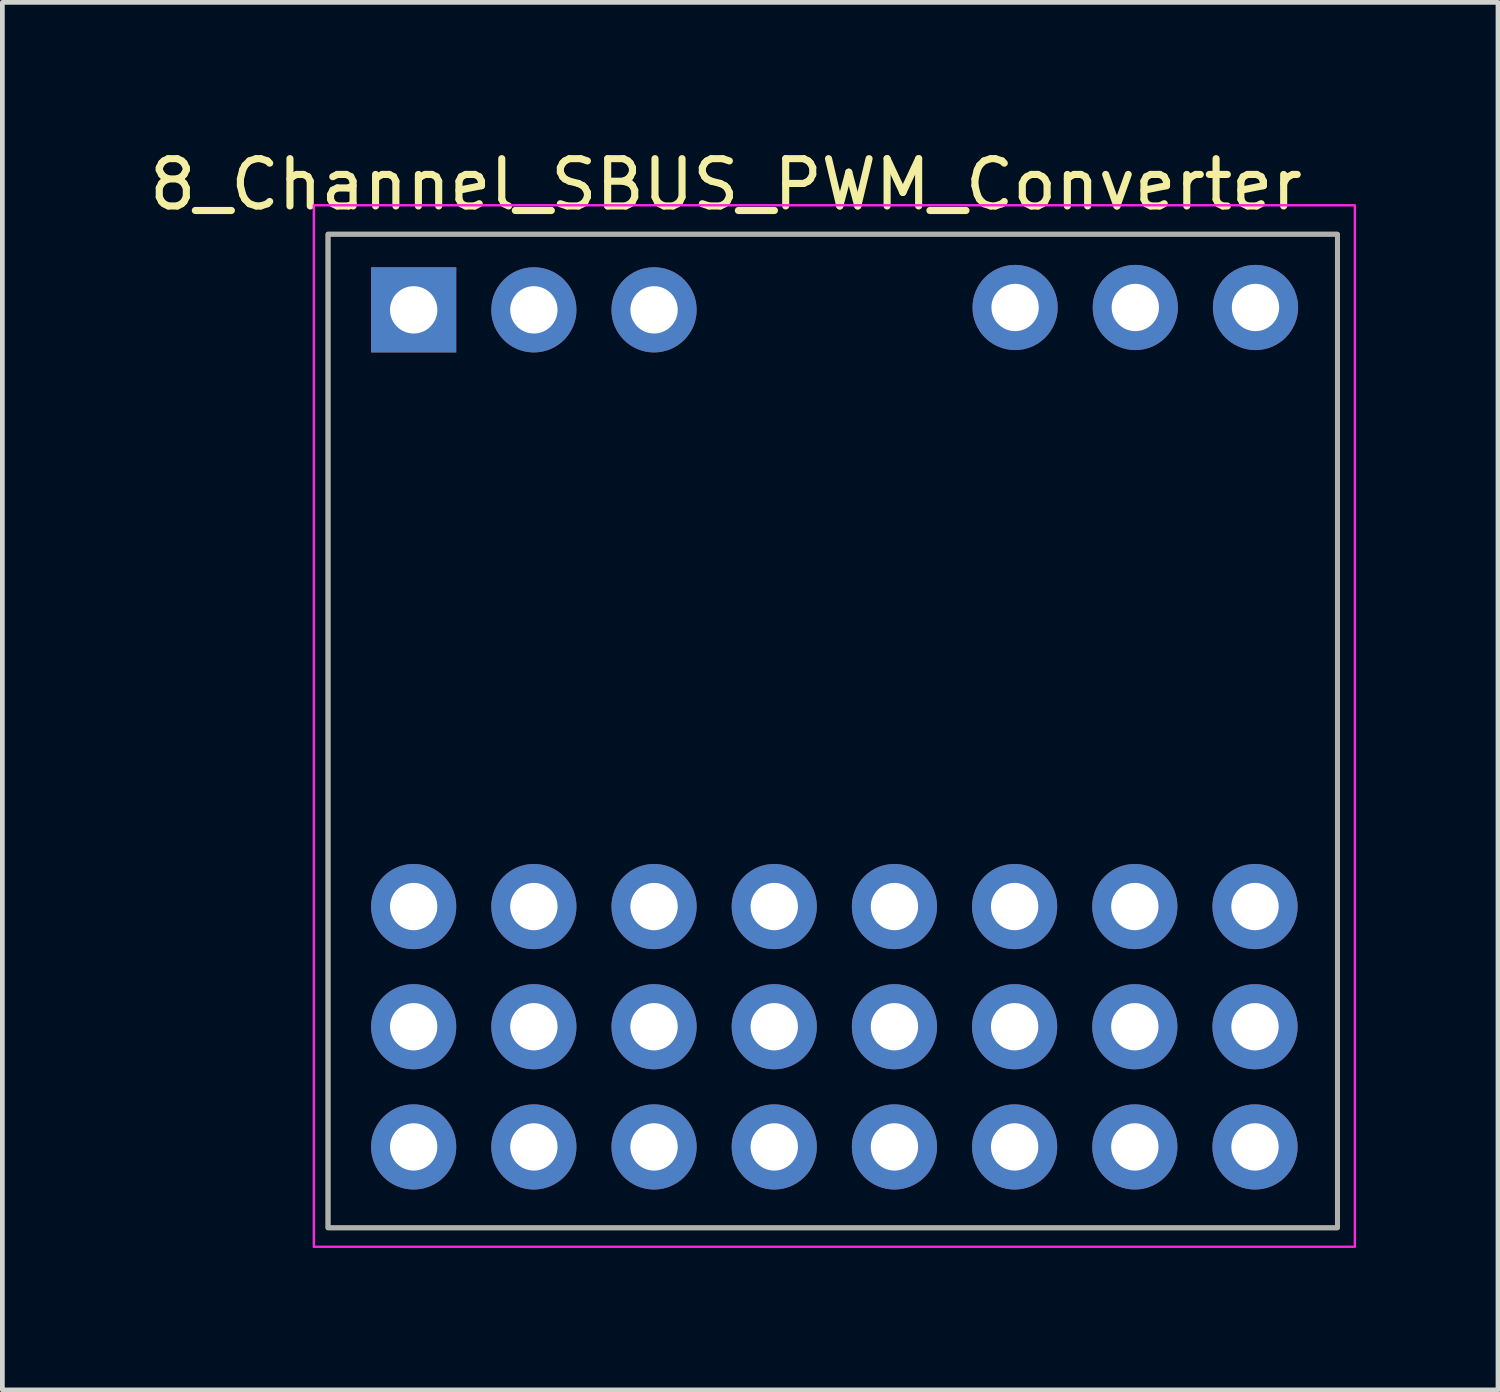
<source format=kicad_pcb>
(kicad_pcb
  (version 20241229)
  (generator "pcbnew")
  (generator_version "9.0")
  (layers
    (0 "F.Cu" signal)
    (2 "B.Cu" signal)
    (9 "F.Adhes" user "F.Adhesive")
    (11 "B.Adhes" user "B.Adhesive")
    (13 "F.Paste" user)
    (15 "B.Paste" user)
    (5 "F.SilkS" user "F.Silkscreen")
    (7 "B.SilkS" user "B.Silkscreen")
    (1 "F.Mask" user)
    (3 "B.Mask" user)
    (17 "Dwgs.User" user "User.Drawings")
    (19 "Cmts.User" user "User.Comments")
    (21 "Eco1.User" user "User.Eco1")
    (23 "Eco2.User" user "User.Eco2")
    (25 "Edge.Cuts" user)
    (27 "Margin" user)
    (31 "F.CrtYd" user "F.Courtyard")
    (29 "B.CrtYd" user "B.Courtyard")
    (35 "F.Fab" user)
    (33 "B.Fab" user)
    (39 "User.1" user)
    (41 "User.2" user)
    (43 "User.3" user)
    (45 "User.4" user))
  (footprint "8_Channel_SBUS_PWM_Converter"
    (layer "F.Cu")
    (at 3.882 1.898)
    (property "Reference" "8_Channel_SBUS_PWM_Converter" (at 8.41 -1.05 0) (layer "F.SilkS") (effects (font (size 1 1) (thickness 0.15))))
    (attr through_hole)
    (fp_rect (start 0 0) (end 21.33 21) (stroke (width 0.1) (type solid)) (fill no) (layer "F.SilkS"))
    (fp_rect (start -0.3 -0.61) (end 21.7 21.4) (stroke (width 0.05) (type default)) (fill no) (layer "F.CrtYd"))
    (fp_rect (start 0 0) (end 21.33 21) (stroke (width 0.1) (type default)) (fill no) (layer "F.Fab"))
    (pad "1" thru_hole rect (at 1.81 1.6) (size 1.8 1.8) (drill 1) (layers "*.Cu" "*.Mask"))
    (pad "2" thru_hole circle (at 4.35 1.6) (size 1.8 1.8) (drill 1) (layers "*.Cu" "*.Mask"))
    (pad "3" thru_hole circle (at 6.89 1.6) (size 1.8 1.8) (drill 1) (layers "*.Cu" "*.Mask"))
    (pad "4" thru_hole circle (at 14.52 1.55) (size 1.8 1.8) (drill 1) (layers "*.Cu" "*.Mask"))
    (pad "5" thru_hole circle (at 17.06 1.55) (size 1.8 1.8) (drill 1) (layers "*.Cu" "*.Mask"))
    (pad "6" thru_hole circle (at 19.6 1.55) (size 1.8 1.8) (drill 1) (layers "*.Cu" "*.Mask"))
    (pad "7" thru_hole circle (at 1.81 14.21) (size 1.8 1.8) (drill 1) (layers "*.Cu" "*.Mask"))
    (pad "8" thru_hole circle (at 4.35 14.21) (size 1.8 1.8) (drill 1) (layers "*.Cu" "*.Mask"))
    (pad "9" thru_hole circle (at 6.89 14.21) (size 1.8 1.8) (drill 1) (layers "*.Cu" "*.Mask"))
    (pad "10" thru_hole circle (at 9.43 14.21) (size 1.8 1.8) (drill 1) (layers "*.Cu" "*.Mask"))
    (pad "11" thru_hole circle (at 11.97 14.21) (size 1.8 1.8) (drill 1) (layers "*.Cu" "*.Mask"))
    (pad "12" thru_hole circle (at 14.51 14.21) (size 1.8 1.8) (drill 1) (layers "*.Cu" "*.Mask"))
    (pad "13" thru_hole circle (at 17.05 14.21) (size 1.8 1.8) (drill 1) (layers "*.Cu" "*.Mask"))
    (pad "14" thru_hole circle (at 19.59 14.21) (size 1.8 1.8) (drill 1) (layers "*.Cu" "*.Mask"))
    (pad "15" thru_hole circle (at 1.81 16.75) (size 1.8 1.8) (drill 1) (layers "*.Cu" "*.Mask"))
    (pad "16" thru_hole circle (at 4.35 16.75) (size 1.8 1.8) (drill 1) (layers "*.Cu" "*.Mask"))
    (pad "17" thru_hole circle (at 6.89 16.75) (size 1.8 1.8) (drill 1) (layers "*.Cu" "*.Mask"))
    (pad "18" thru_hole circle (at 9.43 16.75) (size 1.8 1.8) (drill 1) (layers "*.Cu" "*.Mask"))
    (pad "19" thru_hole circle (at 11.97 16.75) (size 1.8 1.8) (drill 1) (layers "*.Cu" "*.Mask"))
    (pad "20" thru_hole circle (at 14.51 16.75) (size 1.8 1.8) (drill 1) (layers "*.Cu" "*.Mask"))
    (pad "21" thru_hole circle (at 17.05 16.75) (size 1.8 1.8) (drill 1) (layers "*.Cu" "*.Mask"))
    (pad "22" thru_hole circle (at 19.59 16.75) (size 1.8 1.8) (drill 1) (layers "*.Cu" "*.Mask"))
    (pad "23" thru_hole circle (at 1.81 19.29) (size 1.8 1.8) (drill 1) (layers "*.Cu" "*.Mask"))
    (pad "24" thru_hole circle (at 4.35 19.29) (size 1.8 1.8) (drill 1) (layers "*.Cu" "*.Mask"))
    (pad "25" thru_hole circle (at 6.89 19.29) (size 1.8 1.8) (drill 1) (layers "*.Cu" "*.Mask"))
    (pad "26" thru_hole circle (at 9.43 19.29) (size 1.8 1.8) (drill 1) (layers "*.Cu" "*.Mask"))
    (pad "27" thru_hole circle (at 11.97 19.29) (size 1.8 1.8) (drill 1) (layers "*.Cu" "*.Mask"))
    (pad "28" thru_hole circle (at 14.51 19.29) (size 1.8 1.8) (drill 1) (layers "*.Cu" "*.Mask"))
    (pad "29" thru_hole circle (at 17.05 19.29) (size 1.8 1.8) (drill 1) (layers "*.Cu" "*.Mask"))
    (pad "30" thru_hole circle (at 19.59 19.29) (size 1.8 1.8) (drill 1) (layers "*.Cu" "*.Mask")))
  (gr_rect
    (start -3 -3)
    (end 28.607 26.323)
    (stroke (width 0.1) (type default))
    (fill no)
    (layer "Edge.Cuts")))
</source>
